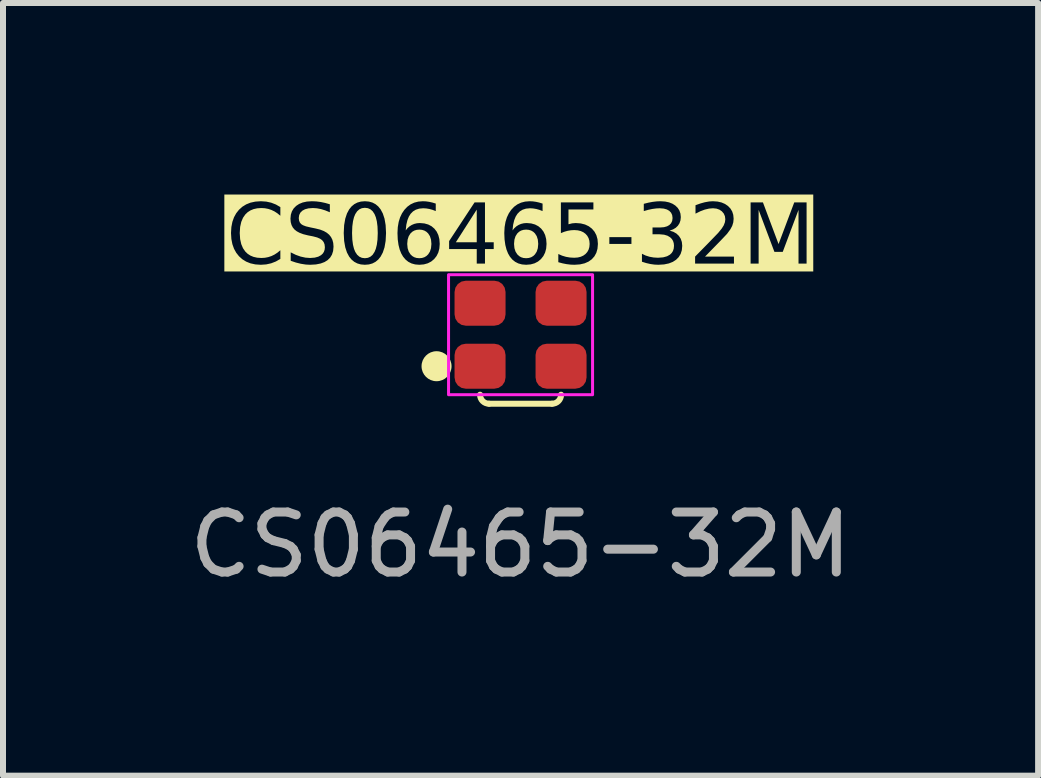
<source format=kicad_pcb>
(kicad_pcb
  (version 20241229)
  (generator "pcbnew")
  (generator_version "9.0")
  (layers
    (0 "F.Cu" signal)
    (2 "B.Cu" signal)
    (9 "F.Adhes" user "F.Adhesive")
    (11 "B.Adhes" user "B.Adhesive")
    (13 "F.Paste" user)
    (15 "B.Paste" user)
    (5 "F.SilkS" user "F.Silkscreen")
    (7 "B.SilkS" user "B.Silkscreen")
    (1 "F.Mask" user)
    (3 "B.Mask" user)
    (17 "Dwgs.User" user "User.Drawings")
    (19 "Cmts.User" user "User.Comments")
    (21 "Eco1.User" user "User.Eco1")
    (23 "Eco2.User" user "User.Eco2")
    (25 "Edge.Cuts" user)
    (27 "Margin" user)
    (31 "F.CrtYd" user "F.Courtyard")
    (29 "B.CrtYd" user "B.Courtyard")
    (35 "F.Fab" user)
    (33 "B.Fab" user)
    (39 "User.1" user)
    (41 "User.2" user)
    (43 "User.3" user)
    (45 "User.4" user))
  (footprint "CS06465-32M"
    (layer "F.Cu")
    (at 5.625 2.528)
    (property "Reference" "CS06465-32M" (at 0 -1.6 0) (unlocked yes) (layer "F.SilkS" knockout) (effects (font (face "Futura") (size 1 1) (thickness 0.1))))
    (attr smd)
    (fp_line (start -0.525 1.15) (end 0.525 1.15) (stroke (width 0.1) (type default)) (layer "F.SilkS"))
    (fp_arc (start -0.525 1.15) (mid -0.631066 1.106066) (end -0.675 1) (stroke (width 0.1) (type default)) (layer "F.SilkS"))
    (fp_arc (start 0.675 1) (mid 0.631066 1.106066) (end 0.525 1.15) (stroke (width 0.1) (type default)) (layer "F.SilkS"))
    (fp_circle (center -1.4 0.525) (end -1.2 0.525) (stroke (width 0.1) (type solid)) (fill yes) (layer "F.SilkS"))
    (fp_rect (start -1.2 -1) (end 1.2 1) (stroke (width 0.05) (type default)) (fill no) (layer "F.CrtYd"))
    (fp_text user "${REFERENCE}" (at 0 3.5 0) (unlocked yes) (layer "F.Fab") (effects (font (size 1 1) (thickness 0.15))))
    (pad "1" smd roundrect (at -0.675 0.525) (size 0.85 0.75) (layers "F.Cu" "F.Mask" "F.Paste") (roundrect_rratio 0.25))
    (pad "2" smd roundrect (at 0.675 0.525) (size 0.85 0.75) (layers "F.Cu" "F.Mask" "F.Paste") (roundrect_rratio 0.25))
    (pad "3" smd roundrect (at 0.675 -0.525) (size 0.85 0.75) (layers "F.Cu" "F.Mask" "F.Paste") (roundrect_rratio 0.25))
    (pad "4" smd roundrect (at -0.675 -0.525) (size 0.85 0.75) (layers "F.Cu" "F.Mask" "F.Paste") (roundrect_rratio 0.25)))
  (gr_rect
    (start -3 -3)
    (end 14.25 9.876)
    (stroke (width 0.1) (type default))
    (fill no)
    (layer "Edge.Cuts")))
</source>
